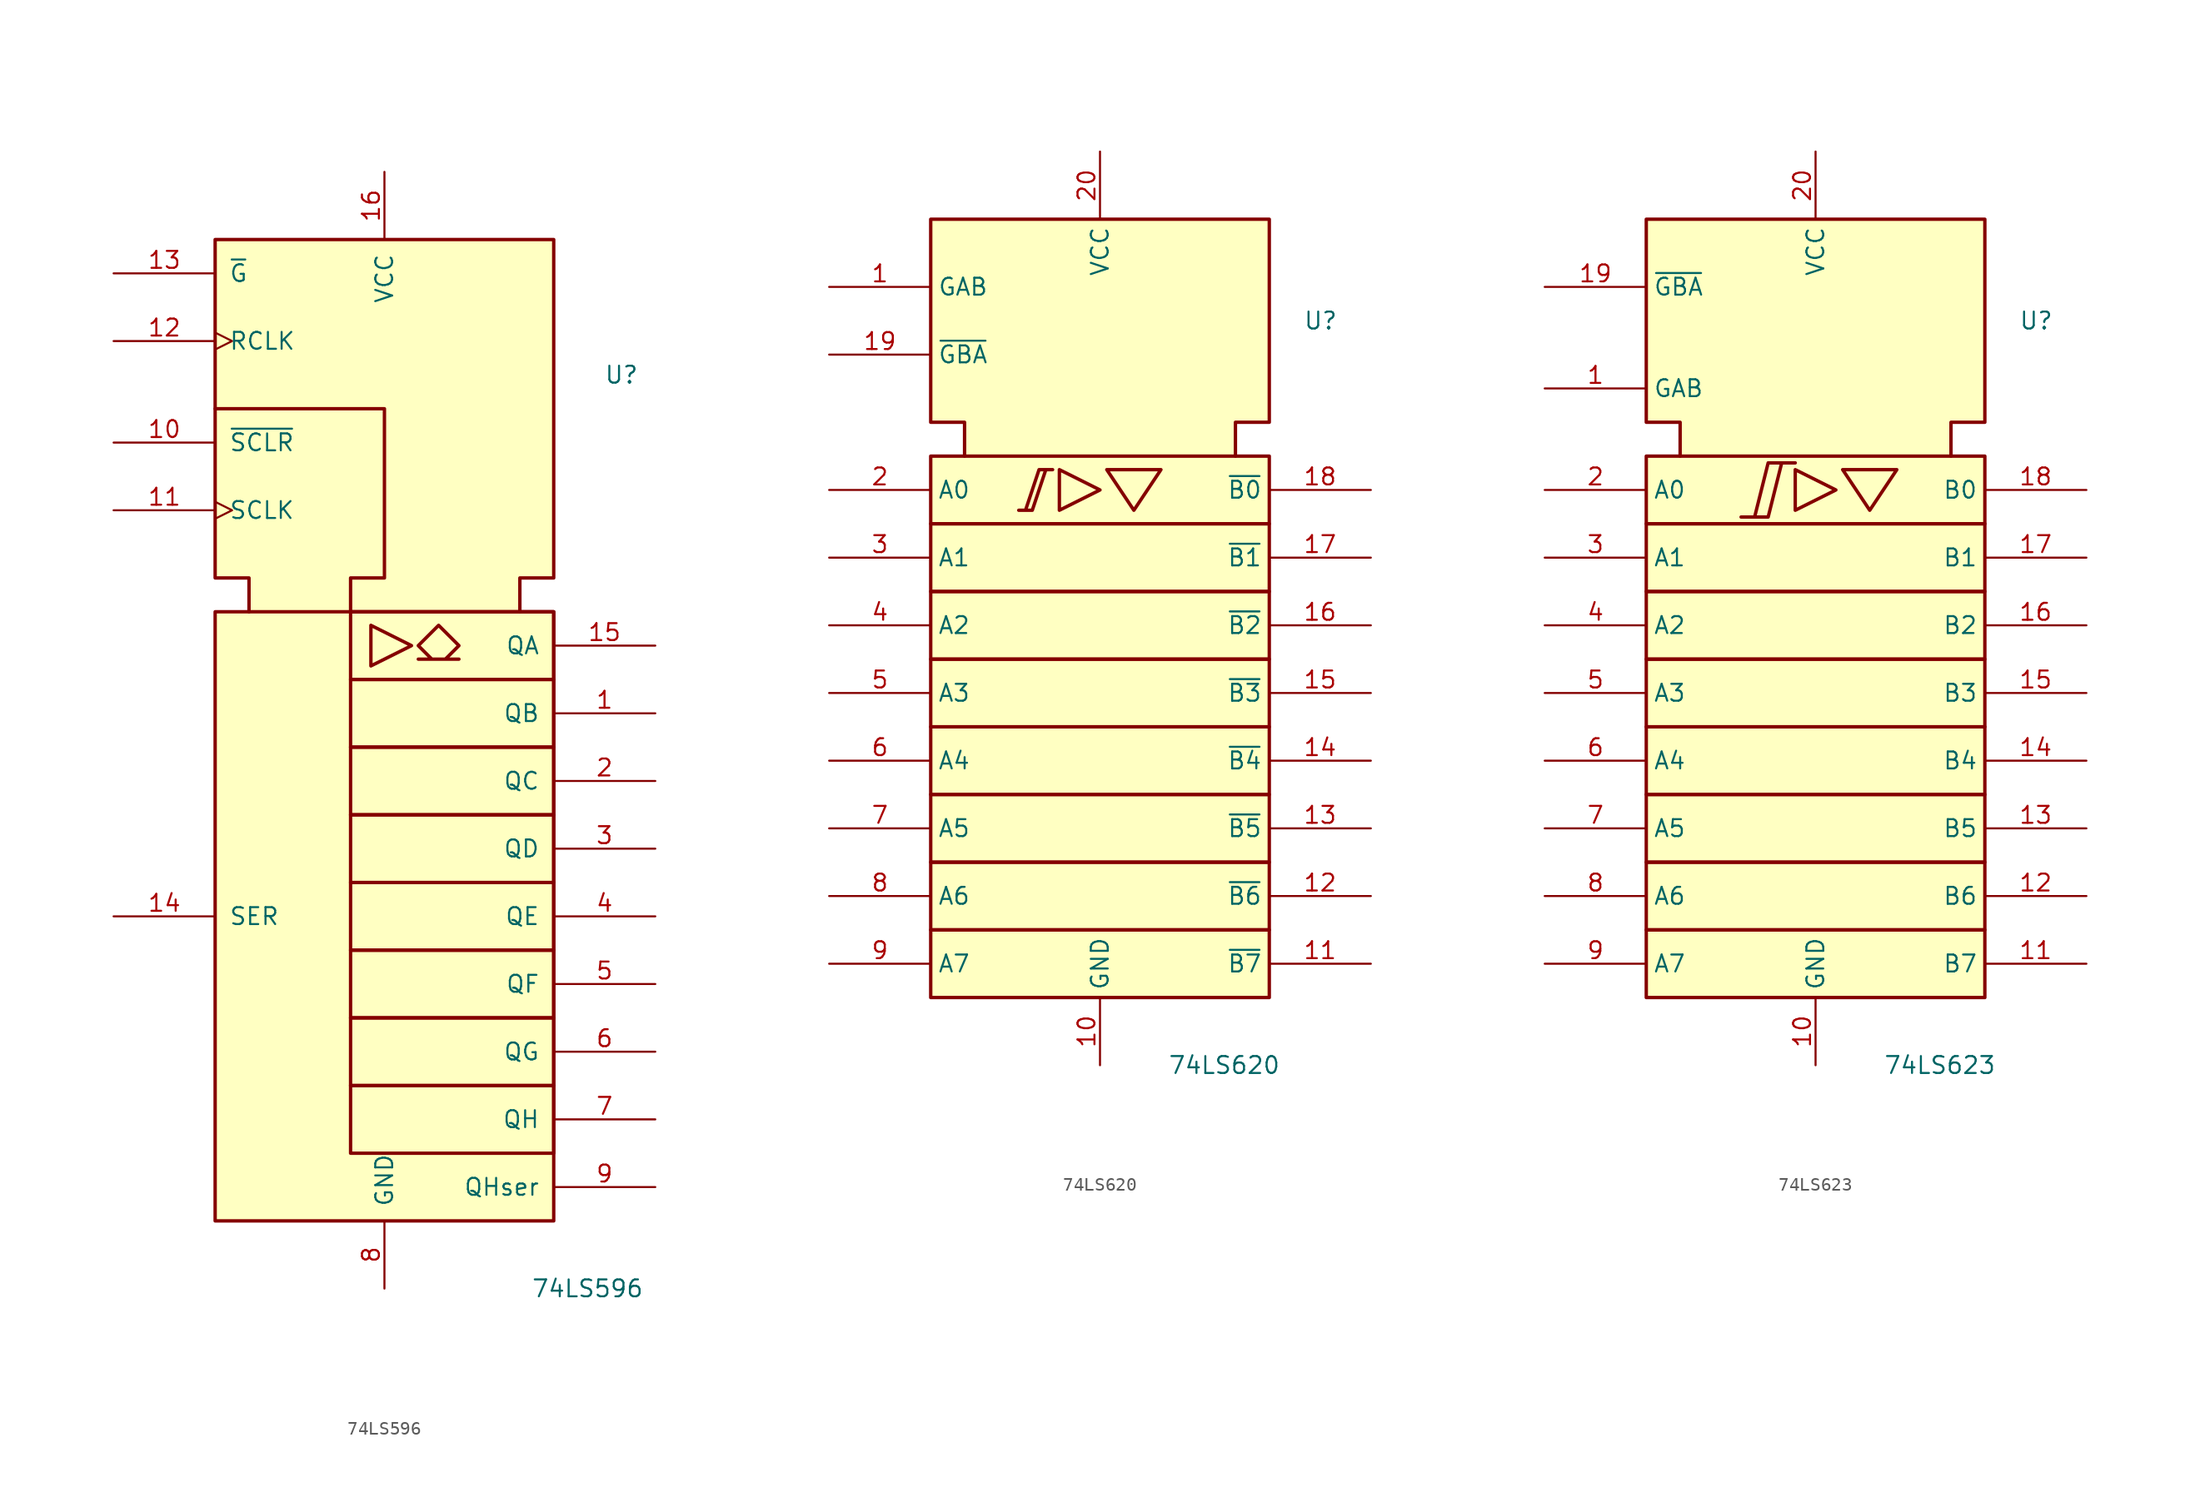
<source format=kicad_sym>
(kicad_symbol_lib
  (version 20231120)
  (generator "kicad_symbol_editor")
  (generator_version "8.0")
  (symbol "74LS596"
    (pin_names
      (offset 1.016))
    (property "Reference" "U"
      (at 17.78 20.32 0)
      (effects (font (size 1.27 1.27))))
    (property "Value" "74LS596"
      (at 15.24 -48.26 0)
      (effects (font (size 1.27 1.27))))
    (symbol "74LS596_0_0"
      (rectangle (start -12.7 2.54) (end 12.7 -43.18) (stroke (width 0.254) (type default)) (fill (type background)))
      (polyline (pts (xy -1.016 1.524) (xy -1.016 -1.524) (xy 2.032 0) (xy -1.016 1.524) (xy -1.016 1.524)) (stroke (width 0.254) (type default)) (fill (type background)))
      (polyline (pts (xy -12.7 17.78) (xy 0 17.78) (xy 0 5.08) (xy -2.54 5.08) (xy -2.54 2.54) (xy -2.54 2.54)) (stroke (width 0.254) (type default)) (fill (type background)))
      (polyline (pts (xy -10.16 2.54) (xy -10.16 5.08) (xy -12.7 5.08) (xy -12.7 30.48) (xy 12.7 30.48) (xy 12.7 5.08) (xy 10.16 5.08) (xy 10.16 2.54) (xy 10.16 2.54)) (stroke (width 0.254) (type default)) (fill (type background)))
      (polyline (pts (xy 4.064 1.524) (xy 5.588 0) (xy 4.572 -1.016) (xy 5.588 -1.016) (xy 2.54 -1.016) (xy 3.556 -1.016) (xy 2.54 0) (xy 4.064 1.524) (xy 4.064 1.524)) (stroke (width 0.254) (type default)) (fill (type background))))
    (symbol "74LS596_0_1"
      (rectangle (start -2.54 -33.02) (end 12.7 -38.1) (stroke (width 0.254) (type default)) (fill (type background)))
      (rectangle (start -2.54 -27.94) (end 12.7 -33.02) (stroke (width 0.254) (type default)) (fill (type background)))
      (rectangle (start -2.54 -22.86) (end 12.7 -27.94) (stroke (width 0.254) (type default)) (fill (type background)))
      (rectangle (start -2.54 -17.78) (end 12.7 -22.86) (stroke (width 0.254) (type default)) (fill (type background)))
      (rectangle (start -2.54 -12.7) (end 12.7 -17.78) (stroke (width 0.254) (type default)) (fill (type background)))
      (rectangle (start -2.54 -7.62) (end 12.7 -12.7) (stroke (width 0.254) (type default)) (fill (type background)))
      (rectangle (start -2.54 -2.54) (end 12.7 -7.62) (stroke (width 0.254) (type default)) (fill (type background)))
      (rectangle (start -2.54 2.54) (end 12.7 -2.54) (stroke (width 0.254) (type default)) (fill (type background)))
      (pin power_in line (at 0 -48.26 90) (length 5.08) (name "GND" (effects (font (size 1.27 1.27)))) (number "8" (effects (font (size 1.27 1.27))))))
    (symbol "74LS596_1_1"
      (pin tri_state line (at 20.32 -5.08 180) (length 7.62) (name "QB" (effects (font (size 1.27 1.27)))) (number "1" (effects (font (size 1.27 1.27)))))
      (pin input line (at -20.32 15.24 0) (length 7.62) (name "~{SCLR}" (effects (font (size 1.27 1.27)))) (number "10" (effects (font (size 1.27 1.27)))))
      (pin input clock (at -20.32 10.16 0) (length 7.62) (name "SCLK" (effects (font (size 1.27 1.27)))) (number "11" (effects (font (size 1.27 1.27)))))
      (pin input clock (at -20.32 22.86 0) (length 7.62) (name "RCLK" (effects (font (size 1.27 1.27)))) (number "12" (effects (font (size 1.27 1.27)))))
      (pin input line (at -20.32 27.94 0) (length 7.62) (name "~{G}" (effects (font (size 1.27 1.27)))) (number "13" (effects (font (size 1.27 1.27)))))
      (pin input line (at -20.32 -20.32 0) (length 7.62) (name "SER" (effects (font (size 1.27 1.27)))) (number "14" (effects (font (size 1.27 1.27)))))
      (pin tri_state line (at 20.32 0 180) (length 7.62) (name "QA" (effects (font (size 1.27 1.27)))) (number "15" (effects (font (size 1.27 1.27)))))
      (pin power_in line (at 0 35.56 270) (length 5.08) (name "VCC" (effects (font (size 1.27 1.27)))) (number "16" (effects (font (size 1.27 1.27)))))
      (pin tri_state line (at 20.32 -10.16 180) (length 7.62) (name "QC" (effects (font (size 1.27 1.27)))) (number "2" (effects (font (size 1.27 1.27)))))
      (pin tri_state line (at 20.32 -15.24 180) (length 7.62) (name "QD" (effects (font (size 1.27 1.27)))) (number "3" (effects (font (size 1.27 1.27)))))
      (pin tri_state line (at 20.32 -20.32 180) (length 7.62) (name "QE" (effects (font (size 1.27 1.27)))) (number "4" (effects (font (size 1.27 1.27)))))
      (pin tri_state line (at 20.32 -25.4 180) (length 7.62) (name "QF" (effects (font (size 1.27 1.27)))) (number "5" (effects (font (size 1.27 1.27)))))
      (pin tri_state line (at 20.32 -30.48 180) (length 7.62) (name "QG" (effects (font (size 1.27 1.27)))) (number "6" (effects (font (size 1.27 1.27)))))
      (pin tri_state line (at 20.32 -35.56 180) (length 7.62) (name "QH" (effects (font (size 1.27 1.27)))) (number "7" (effects (font (size 1.27 1.27)))))
      (pin output line (at 20.32 -40.64 180) (length 7.62) (name "QHser" (effects (font (size 1.27 1.27)))) (number "9" (effects (font (size 1.27 1.27)))))))
  (symbol "74LS620"
    (property "Reference" "U"
      (at 15.24 25.4 0)
      (effects (font (size 1.27 1.27)) (justify left)))
    (property "Value" "74LS620"
      (at 5.08 -30.48 0)
      (effects (font (size 1.27 1.27)) (justify left)))
    (symbol "74LS620_0_0"
      (polyline (pts (xy -3.048 14.224) (xy -3.048 11.176) (xy 0 12.7) (xy -3.048 14.224) (xy -3.048 14.224)) (stroke (width 0.254) (type default)) (fill (type background)))
      (polyline (pts (xy 0.508 14.224) (xy 4.572 14.224) (xy 2.54 11.176) (xy 0.508 14.224) (xy 0.508 14.224)) (stroke (width 0.254) (type default)) (fill (type background)))
      (polyline (pts (xy -5.08 11.176) (xy -6.096 11.176) (xy -5.08 11.176) (xy -4.064 14.224) (xy -3.556 14.224) (xy -4.572 14.224) (xy -5.588 11.176) (xy -5.588 11.176)) (stroke (width 0.254) (type default)) (fill (type background)))
      (pin power_in line (at 0 -30.48 90) (length 5.08) (name "GND" (effects (font (size 1.27 1.27)))) (number "10" (effects (font (size 1.27 1.27)))))
      (pin power_in line (at 0 38.1 270) (length 5.08) (name "VCC" (effects (font (size 1.27 1.27)))) (number "20" (effects (font (size 1.27 1.27))))))
    (symbol "74LS620_0_1"
      (rectangle (start -12.7 -20.32) (end 12.7 -25.4) (stroke (width 0.254) (type default)) (fill (type background)))
      (rectangle (start -12.7 -15.24) (end 12.7 -20.32) (stroke (width 0.254) (type default)) (fill (type background)))
      (rectangle (start -12.7 -10.16) (end 12.7 -15.24) (stroke (width 0.254) (type default)) (fill (type background)))
      (rectangle (start -12.7 -5.08) (end 12.7 -10.16) (stroke (width 0.254) (type default)) (fill (type background)))
      (rectangle (start -12.7 0) (end 12.7 -5.08) (stroke (width 0.254) (type default)) (fill (type background)))
      (rectangle (start -12.7 5.08) (end 12.7 0) (stroke (width 0.254) (type default)) (fill (type background)))
      (rectangle (start -12.7 10.16) (end 12.7 5.08) (stroke (width 0.254) (type default)) (fill (type background)))
      (rectangle (start -12.7 15.24) (end 12.7 10.16) (stroke (width 0.254) (type default)) (fill (type background)))
      (polyline (pts (xy -10.16 15.24) (xy -10.16 17.78) (xy -12.7 17.78) (xy -12.7 33.02) (xy 12.7 33.02) (xy 12.7 17.78) (xy 10.16 17.78) (xy 10.16 15.24) (xy 10.16 15.24)) (stroke (width 0.254) (type default)) (fill (type background))))
    (symbol "74LS620_1_1"
      (pin input line (at -20.32 27.94 0) (length 7.62) (name "GAB" (effects (font (size 1.27 1.27)))) (number "1" (effects (font (size 1.27 1.27)))))
      (pin tri_state line (at 20.32 -22.86 180) (length 7.62) (name "~{B7}" (effects (font (size 1.27 1.27)))) (number "11" (effects (font (size 1.27 1.27)))))
      (pin tri_state line (at 20.32 -17.78 180) (length 7.62) (name "~{B6}" (effects (font (size 1.27 1.27)))) (number "12" (effects (font (size 1.27 1.27)))))
      (pin tri_state line (at 20.32 -12.7 180) (length 7.62) (name "~{B5}" (effects (font (size 1.27 1.27)))) (number "13" (effects (font (size 1.27 1.27)))))
      (pin tri_state line (at 20.32 -7.62 180) (length 7.62) (name "~{B4}" (effects (font (size 1.27 1.27)))) (number "14" (effects (font (size 1.27 1.27)))))
      (pin tri_state line (at 20.32 -2.54 180) (length 7.62) (name "~{B3}" (effects (font (size 1.27 1.27)))) (number "15" (effects (font (size 1.27 1.27)))))
      (pin tri_state line (at 20.32 2.54 180) (length 7.62) (name "~{B2}" (effects (font (size 1.27 1.27)))) (number "16" (effects (font (size 1.27 1.27)))))
      (pin tri_state line (at 20.32 7.62 180) (length 7.62) (name "~{B1}" (effects (font (size 1.27 1.27)))) (number "17" (effects (font (size 1.27 1.27)))))
      (pin tri_state line (at 20.32 12.7 180) (length 7.62) (name "~{B0}" (effects (font (size 1.27 1.27)))) (number "18" (effects (font (size 1.27 1.27)))))
      (pin input line (at -20.32 22.86 0) (length 7.62) (name "~{GBA}" (effects (font (size 1.27 1.27)))) (number "19" (effects (font (size 1.27 1.27)))))
      (pin tri_state line (at -20.32 12.7 0) (length 7.62) (name "A0" (effects (font (size 1.27 1.27)))) (number "2" (effects (font (size 1.27 1.27)))))
      (pin tri_state line (at -20.32 7.62 0) (length 7.62) (name "A1" (effects (font (size 1.27 1.27)))) (number "3" (effects (font (size 1.27 1.27)))))
      (pin tri_state line (at -20.32 2.54 0) (length 7.62) (name "A2" (effects (font (size 1.27 1.27)))) (number "4" (effects (font (size 1.27 1.27)))))
      (pin tri_state line (at -20.32 -2.54 0) (length 7.62) (name "A3" (effects (font (size 1.27 1.27)))) (number "5" (effects (font (size 1.27 1.27)))))
      (pin tri_state line (at -20.32 -7.62 0) (length 7.62) (name "A4" (effects (font (size 1.27 1.27)))) (number "6" (effects (font (size 1.27 1.27)))))
      (pin tri_state line (at -20.32 -12.7 0) (length 7.62) (name "A5" (effects (font (size 1.27 1.27)))) (number "7" (effects (font (size 1.27 1.27)))))
      (pin tri_state line (at -20.32 -17.78 0) (length 7.62) (name "A6" (effects (font (size 1.27 1.27)))) (number "8" (effects (font (size 1.27 1.27)))))
      (pin tri_state line (at -20.32 -22.86 0) (length 7.62) (name "A7" (effects (font (size 1.27 1.27)))) (number "9" (effects (font (size 1.27 1.27)))))))
  (symbol "74LS623"
    (property "Reference" "U"
      (at 15.24 38.1 0)
      (effects (font (size 1.27 1.27)) (justify left)))
    (property "Value" "74LS623"
      (at 5.08 -17.78 0)
      (effects (font (size 1.27 1.27)) (justify left)))
    (symbol "74LS623_0_0"
      (polyline (pts (xy -1.524 26.924) (xy -1.524 23.876) (xy 1.524 25.4) (xy -1.524 26.924) (xy -1.524 26.924)) (stroke (width 0.254) (type default)) (fill (type background)))
      (polyline (pts (xy 2.032 26.924) (xy 6.096 26.924) (xy 4.064 23.876) (xy 2.032 26.924) (xy 2.032 26.924)) (stroke (width 0.254) (type default)) (fill (type background)))
      (polyline (pts (xy -5.588 23.368) (xy -3.556 23.368) (xy -2.54 27.432) (xy -1.524 27.432) (xy -3.556 27.432) (xy -4.572 23.368) (xy -4.572 23.368)) (stroke (width 0.254) (type default)) (fill (type background)))
      (pin power_in line (at 0 -17.78 90) (length 5.08) (name "GND" (effects (font (size 1.27 1.27)))) (number "10" (effects (font (size 1.27 1.27)))))
      (pin power_in line (at 0 50.8 270) (length 5.08) (name "VCC" (effects (font (size 1.27 1.27)))) (number "20" (effects (font (size 1.27 1.27))))))
    (symbol "74LS623_0_1"
      (rectangle (start -12.7 -7.62) (end 12.7 -12.7) (stroke (width 0.254) (type default)) (fill (type background)))
      (rectangle (start -12.7 -2.54) (end 12.7 -7.62) (stroke (width 0.254) (type default)) (fill (type background)))
      (rectangle (start -12.7 2.54) (end 12.7 -2.54) (stroke (width 0.254) (type default)) (fill (type background)))
      (rectangle (start -12.7 7.62) (end 12.7 2.54) (stroke (width 0.254) (type default)) (fill (type background)))
      (rectangle (start -12.7 12.7) (end 12.7 7.62) (stroke (width 0.254) (type default)) (fill (type background)))
      (rectangle (start -12.7 17.78) (end 12.7 12.7) (stroke (width 0.254) (type default)) (fill (type background)))
      (rectangle (start -12.7 22.86) (end 12.7 17.78) (stroke (width 0.254) (type default)) (fill (type background)))
      (rectangle (start -12.7 27.94) (end 12.7 22.86) (stroke (width 0.254) (type default)) (fill (type background)))
      (polyline (pts (xy -10.16 27.94) (xy -10.16 30.48) (xy -12.7 30.48) (xy -12.7 45.72) (xy 12.7 45.72) (xy 12.7 30.48) (xy 10.16 30.48) (xy 10.16 27.94) (xy 10.16 27.94)) (stroke (width 0.254) (type default)) (fill (type background))))
    (symbol "74LS623_1_1"
      (pin input line (at -20.32 33.02 0) (length 7.62) (name "GAB" (effects (font (size 1.27 1.27)))) (number "1" (effects (font (size 1.27 1.27)))))
      (pin tri_state line (at 20.32 -10.16 180) (length 7.62) (name "B7" (effects (font (size 1.27 1.27)))) (number "11" (effects (font (size 1.27 1.27)))))
      (pin tri_state line (at 20.32 -5.08 180) (length 7.62) (name "B6" (effects (font (size 1.27 1.27)))) (number "12" (effects (font (size 1.27 1.27)))))
      (pin tri_state line (at 20.32 0 180) (length 7.62) (name "B5" (effects (font (size 1.27 1.27)))) (number "13" (effects (font (size 1.27 1.27)))))
      (pin tri_state line (at 20.32 5.08 180) (length 7.62) (name "B4" (effects (font (size 1.27 1.27)))) (number "14" (effects (font (size 1.27 1.27)))))
      (pin tri_state line (at 20.32 10.16 180) (length 7.62) (name "B3" (effects (font (size 1.27 1.27)))) (number "15" (effects (font (size 1.27 1.27)))))
      (pin tri_state line (at 20.32 15.24 180) (length 7.62) (name "B2" (effects (font (size 1.27 1.27)))) (number "16" (effects (font (size 1.27 1.27)))))
      (pin tri_state line (at 20.32 20.32 180) (length 7.62) (name "B1" (effects (font (size 1.27 1.27)))) (number "17" (effects (font (size 1.27 1.27)))))
      (pin tri_state line (at 20.32 25.4 180) (length 7.62) (name "B0" (effects (font (size 1.27 1.27)))) (number "18" (effects (font (size 1.27 1.27)))))
      (pin input line (at -20.32 40.64 0) (length 7.62) (name "~{GBA}" (effects (font (size 1.27 1.27)))) (number "19" (effects (font (size 1.27 1.27)))))
      (pin tri_state line (at -20.32 25.4 0) (length 7.62) (name "A0" (effects (font (size 1.27 1.27)))) (number "2" (effects (font (size 1.27 1.27)))))
      (pin tri_state line (at -20.32 20.32 0) (length 7.62) (name "A1" (effects (font (size 1.27 1.27)))) (number "3" (effects (font (size 1.27 1.27)))))
      (pin tri_state line (at -20.32 15.24 0) (length 7.62) (name "A2" (effects (font (size 1.27 1.27)))) (number "4" (effects (font (size 1.27 1.27)))))
      (pin tri_state line (at -20.32 10.16 0) (length 7.62) (name "A3" (effects (font (size 1.27 1.27)))) (number "5" (effects (font (size 1.27 1.27)))))
      (pin tri_state line (at -20.32 5.08 0) (length 7.62) (name "A4" (effects (font (size 1.27 1.27)))) (number "6" (effects (font (size 1.27 1.27)))))
      (pin tri_state line (at -20.32 0 0) (length 7.62) (name "A5" (effects (font (size 1.27 1.27)))) (number "7" (effects (font (size 1.27 1.27)))))
      (pin tri_state line (at -20.32 -5.08 0) (length 7.62) (name "A6" (effects (font (size 1.27 1.27)))) (number "8" (effects (font (size 1.27 1.27)))))
      (pin tri_state line (at -20.32 -10.16 0) (length 7.62) (name "A7" (effects (font (size 1.27 1.27)))) (number "9" (effects (font (size 1.27 1.27))))))))
</source>
